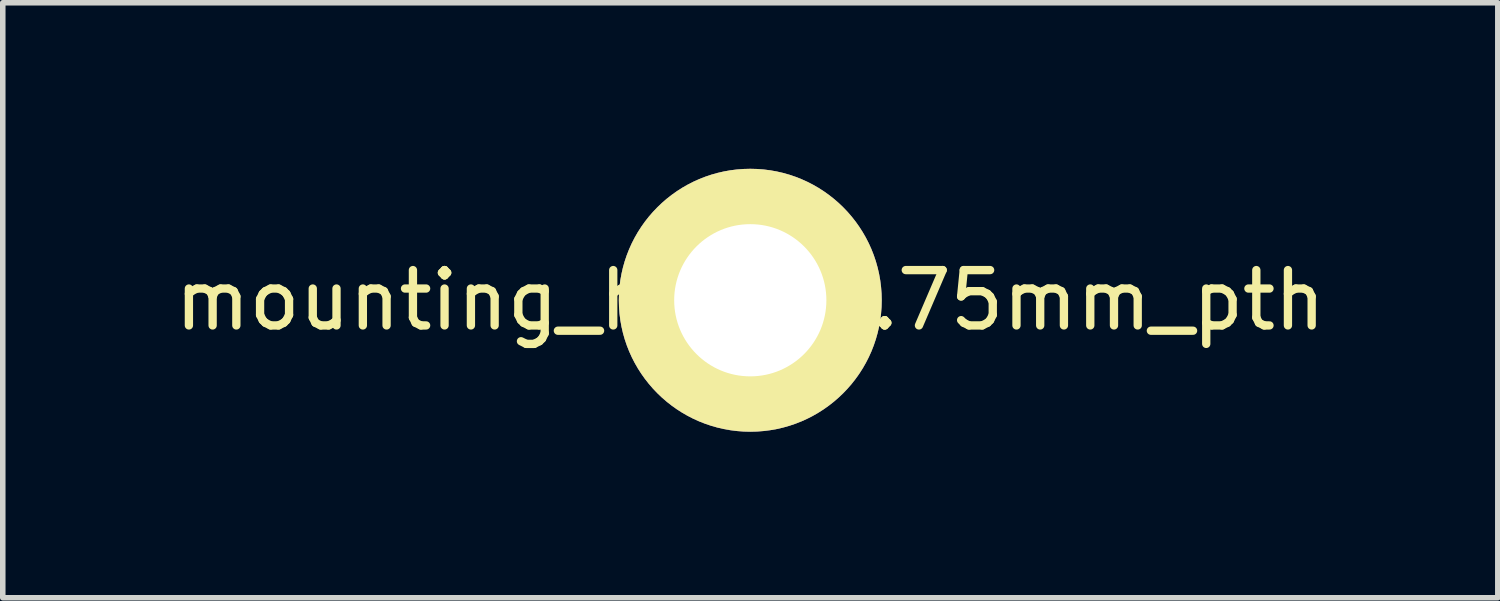
<source format=kicad_pcb>
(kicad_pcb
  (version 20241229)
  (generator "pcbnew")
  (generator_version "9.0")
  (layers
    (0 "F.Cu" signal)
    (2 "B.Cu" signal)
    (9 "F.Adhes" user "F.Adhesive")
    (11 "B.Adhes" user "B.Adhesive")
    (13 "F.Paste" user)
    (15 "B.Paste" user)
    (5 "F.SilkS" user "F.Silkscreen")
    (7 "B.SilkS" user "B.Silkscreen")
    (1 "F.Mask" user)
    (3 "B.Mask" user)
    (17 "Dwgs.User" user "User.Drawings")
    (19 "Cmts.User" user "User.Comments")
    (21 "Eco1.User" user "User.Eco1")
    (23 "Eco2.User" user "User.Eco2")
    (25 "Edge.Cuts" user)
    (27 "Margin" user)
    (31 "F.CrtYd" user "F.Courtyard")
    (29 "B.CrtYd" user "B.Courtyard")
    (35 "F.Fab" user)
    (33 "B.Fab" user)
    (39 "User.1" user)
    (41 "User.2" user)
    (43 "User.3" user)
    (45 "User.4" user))
  (footprint "mounting_hole_2.75mm_pth"
    (layer "F.Cu")
    (at 10.506 2.375)
    (property "Reference" "mounting_hole_2.75mm_pth" (at 0 0 0) (layer "F.SilkS") (effects (font (size 1 1) (thickness 0.15))))
    (attr through_hole)
    (pad "1" thru_hole circle (at 0 0) (size 4.75 4.75) (drill 2.75) (layers "*.Cu" "*.Mask" "F.SilkS")))
  (gr_rect
    (start -3 -3)
    (end 24.012 7.75)
    (stroke (width 0.1) (type default))
    (fill no)
    (layer "Edge.Cuts")))
</source>
